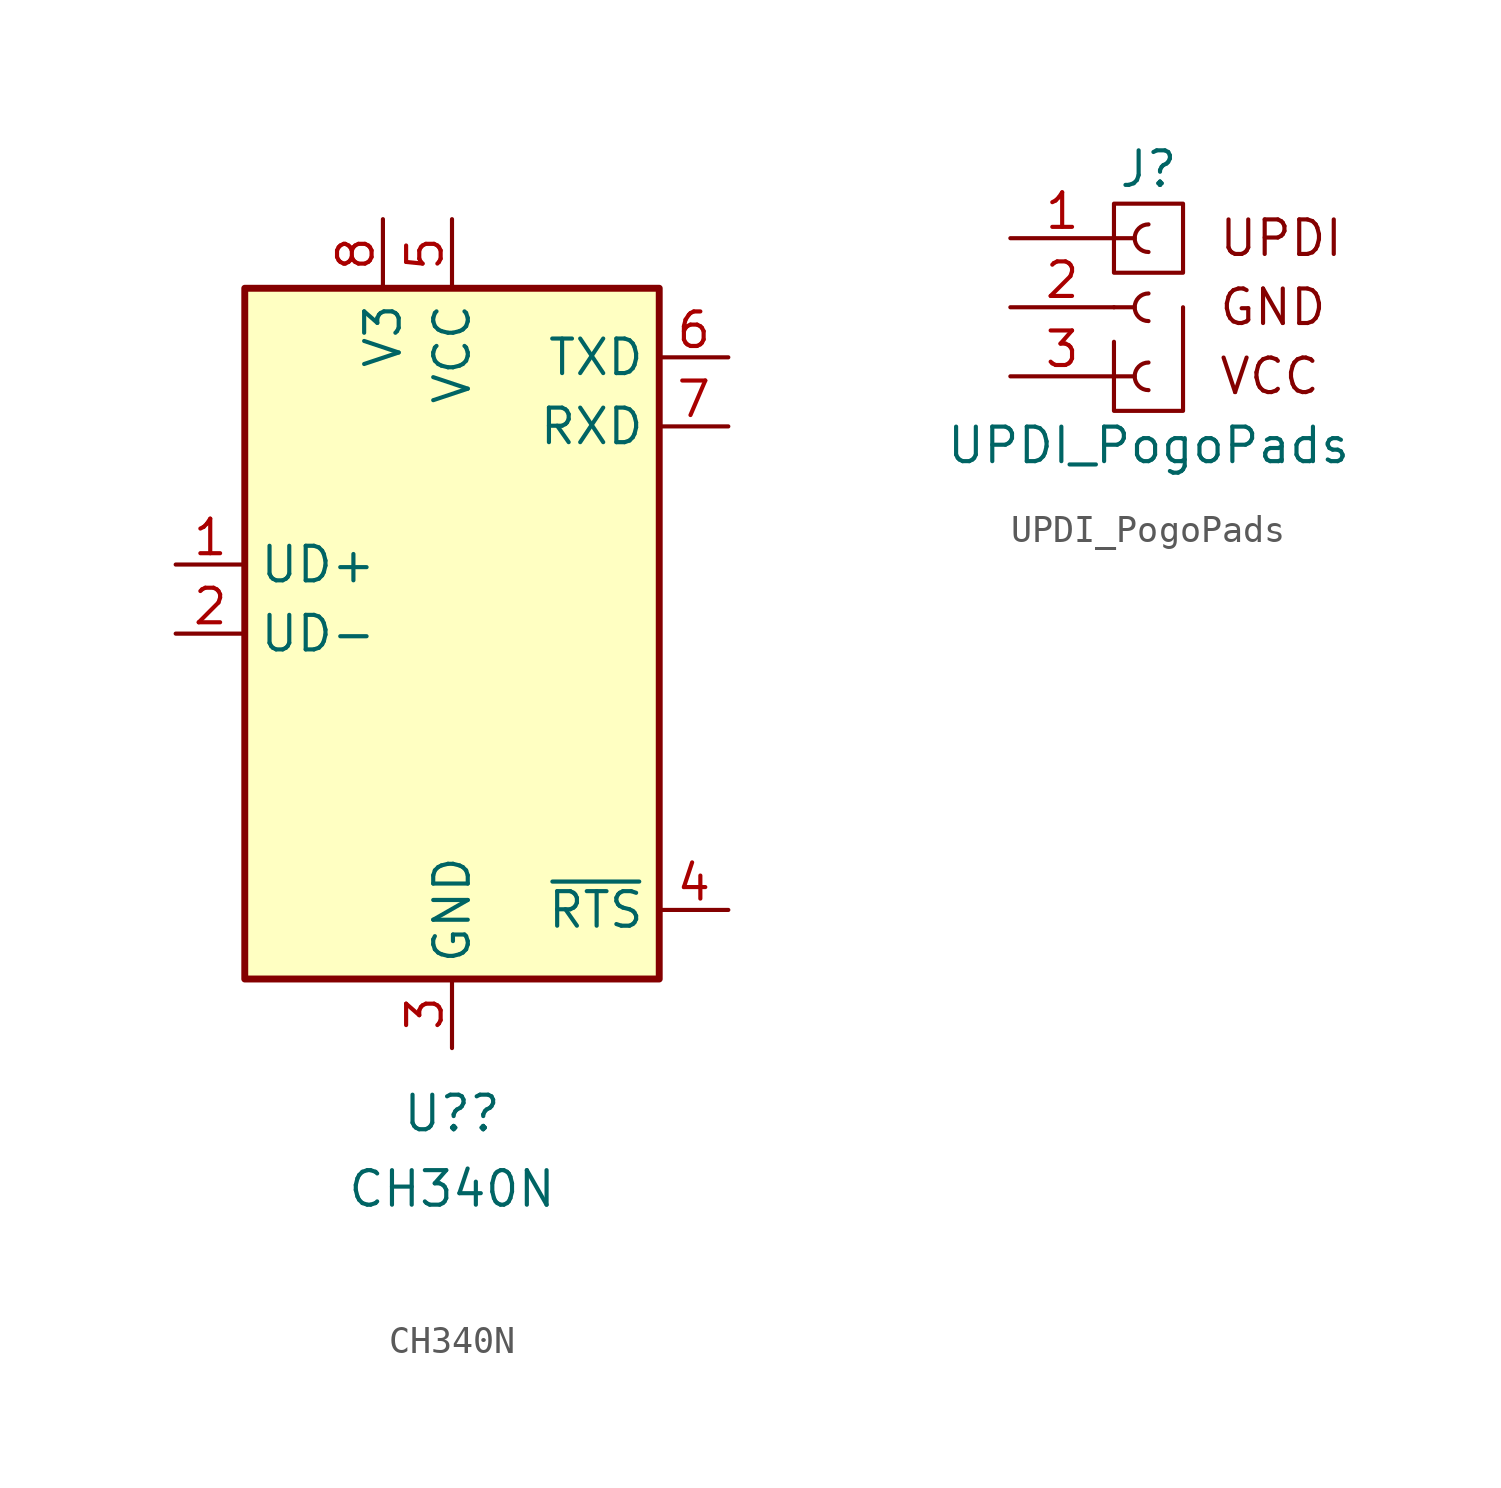
<source format=kicad_sym>
(kicad_symbol_lib
  (version 20210619)
  (generator kicad_symbol_editor)
  (symbol "local:CH340N"
    (property "Reference" "U?"
      (at 0 -17.644 0)
      (effects (font (size 1.27 1.27))))
    (property "Value" "CH340N"
      (at 0 -20.419 0)
      (effects (font (size 1.27 1.27))))
    (symbol "CH340N_0_1"
      (rectangle (start -7.62 12.7) (end 7.62 -12.7) (stroke (width 0.254)) (fill (type background))))
    (symbol "CH340N_1_1"
      (pin bidirectional line (at -10.16 2.54 0) (length 2.54) (name "UD+" (effects (font (size 1.27 1.27)))) (number "1" (effects (font (size 1.27 1.27)))))
      (pin bidirectional line (at -10.16 0 0) (length 2.54) (name "UD-" (effects (font (size 1.27 1.27)))) (number "2" (effects (font (size 1.27 1.27)))))
      (pin power_in line (at 0 -15.24 90) (length 2.54) (name "GND" (effects (font (size 1.27 1.27)))) (number "3" (effects (font (size 1.27 1.27)))))
      (pin output line (at 10.16 -10.16 180) (length 2.54) (name "~{RTS}" (effects (font (size 1.27 1.27)))) (number "4" (effects (font (size 1.27 1.27)))))
      (pin power_in line (at 0 15.24 270) (length 2.54) (name "VCC" (effects (font (size 1.27 1.27)))) (number "5" (effects (font (size 1.27 1.27)))))
      (pin output line (at 10.16 10.16 180) (length 2.54) (name "TXD" (effects (font (size 1.27 1.27)))) (number "6" (effects (font (size 1.27 1.27)))))
      (pin input line (at 10.16 7.62 180) (length 2.54) (name "RXD" (effects (font (size 1.27 1.27)))) (number "7" (effects (font (size 1.27 1.27)))))
      (pin passive line (at -2.54 15.24 270) (length 2.54) (name "V3" (effects (font (size 1.27 1.27)))) (number "8" (effects (font (size 1.27 1.27)))))))
  (symbol "local:UPDI_PogoPads"
    (pin_names
      (offset 1.016) hide)
    (property "Reference" "J"
      (at 0 5.08 0)
      (effects (font (size 1.27 1.27))))
    (property "Value" "UPDI_PogoPads"
      (at 0 -5.08 0)
      (effects (font (size 1.27 1.27))))
    (symbol "UPDI_PogoPads_0_0"
      (text "GND" (at 2.54 0 0) (effects (font (size 1.27 1.27)) (justify left)))
      (text "UPDI" (at 2.54 2.54 0) (effects (font (size 1.27 1.27)) (justify left)))
      (text "VCC" (at 2.54 -2.54 0) (effects (font (size 1.27 1.27)) (justify left))))
    (symbol "UPDI_PogoPads_0_1"
      (rectangle (start -1.27 1.27) (end 1.27 3.81) (stroke (width 0.152)) (fill (type none)))
      (polyline (pts (xy -1.27 -1.27) (xy -1.27 -3.81) (xy 1.27 -3.81) (xy 1.27 0)) (stroke (width 0.152)) (fill (type none))))
    (symbol "UPDI_PogoPads_1_1"
      (arc (start 0 -2.032) (end 0 -3.048) (radius (at 0 -2.54) (length 0.508) (angles 90.1 -90.1)) (stroke (width 0.1524)) (fill (type none)))
      (arc (start 0 0.508) (end 0 -0.508) (radius (at 0 0) (length 0.508) (angles 90.1 -90.1)) (stroke (width 0.1524)) (fill (type none)))
      (arc (start 0 3.048) (end 0 2.032) (radius (at 0 2.54) (length 0.508) (angles 90.1 -90.1)) (stroke (width 0.1524)) (fill (type none)))
      (polyline (pts (xy -1.27 -2.54) (xy -0.508 -2.54)) (stroke (width 0.152)) (fill (type none)))
      (polyline (pts (xy -1.27 0) (xy -0.508 0)) (stroke (width 0.152)) (fill (type none)))
      (polyline (pts (xy -1.27 2.54) (xy -0.508 2.54)) (stroke (width 0.152)) (fill (type none)))
      (pin passive line (at -5.08 2.54 0) (length 3.81) (name "Pin_1" (effects (font (size 1.27 1.27)))) (number "1" (effects (font (size 1.27 1.27)))))
      (pin passive line (at -5.08 0 0) (length 3.81) (name "Pin_2" (effects (font (size 1.27 1.27)))) (number "2" (effects (font (size 1.27 1.27)))))
      (pin passive line (at -5.08 -2.54 0) (length 3.81) (name "Pin_3" (effects (font (size 1.27 1.27)))) (number "3" (effects (font (size 1.27 1.27))))))))
</source>
